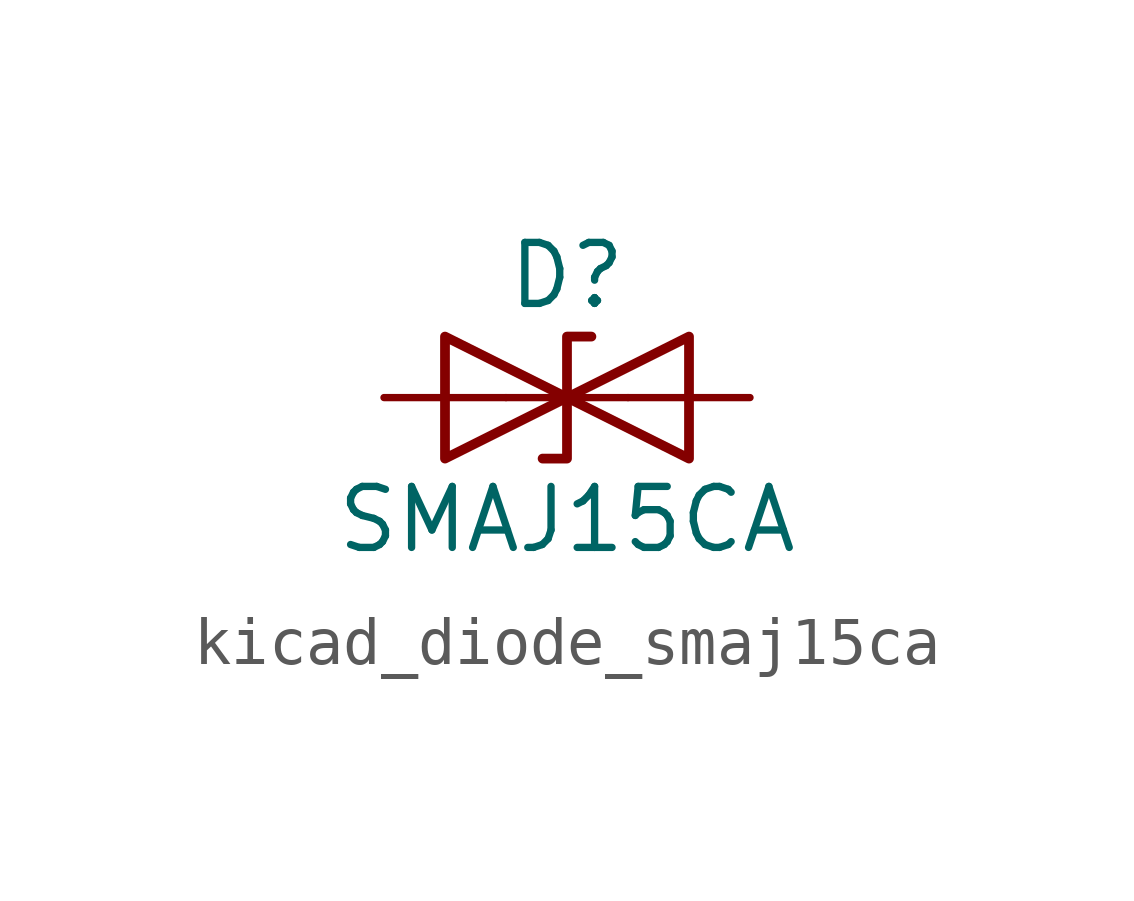
<source format=kicad_sym>
(kicad_symbol_lib
  (version 20220914)
  (generator kicad_symbol_editor)
  (symbol "kicad_diode_smaj15ca"
    (pin_numbers hide)
    (pin_names
      (offset 1.016) hide)
    (property "Reference" "D"
      (at 0 2.54 0)
      (effects (font (size 1.27 1.27))))
    (property "Value" "SMAJ15CA"
      (at 0 -2.54 0)
      (effects (font (size 1.27 1.27))))
    (symbol "kicad_diode_smaj15ca_0_1"
      (polyline (pts (xy 1.27 0) (xy -1.27 0)) (stroke (width 0) (type default)) (fill (type none)))
      (polyline (pts (xy -2.54 -1.27) (xy 0 0) (xy -2.54 1.27) (xy -2.54 -1.27)) (stroke (width 0.203) (type default)) (fill (type none)))
      (polyline (pts (xy 0.508 1.27) (xy 0 1.27) (xy 0 -1.27) (xy -0.508 -1.27)) (stroke (width 0.203) (type default)) (fill (type none)))
      (polyline (pts (xy 2.54 1.27) (xy 2.54 -1.27) (xy 0 0) (xy 2.54 1.27)) (stroke (width 0.203) (type default)) (fill (type none))))
    (symbol "kicad_diode_smaj15ca_1_1"
      (pin passive line (at -3.81 0 0) (length 2.54) (name "A1" (effects (font (size 1.27 1.27)))) (number "1" (effects (font (size 1.27 1.27)))))
      (pin passive line (at 3.81 0 180) (length 2.54) (name "A2" (effects (font (size 1.27 1.27)))) (number "2" (effects (font (size 1.27 1.27))))))))
</source>
